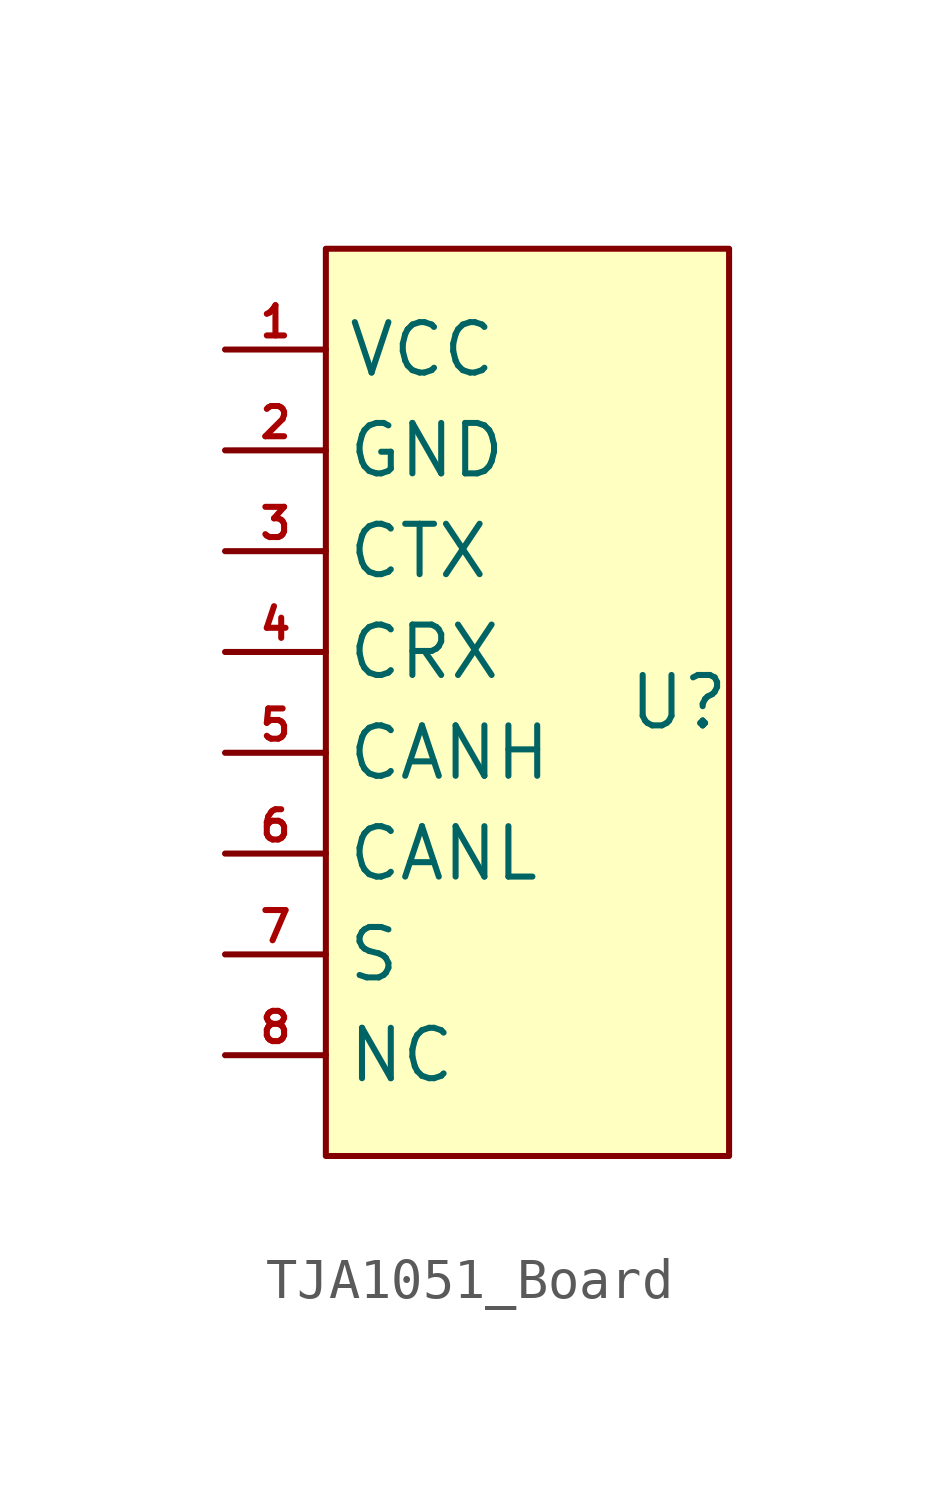
<source format=kicad_sym>
(kicad_symbol_lib
  (version 20241209)
  (generator "kicad_symbol_editor")
  (generator_version "9.0")
  (symbol "TJA1051_Board"
    (property "Reference" "U"
      (at 6.35 -6.35 0)
      (effects (font (size 1.27 1.27))))
    (property "Value" ""
      (at 0 0 0)
      (effects (font (size 1.27 1.27))))
    (symbol "TJA1051_Board_1_1"
      (rectangle (start -2.54 5.08) (end 7.62 -17.78) (stroke (width 0) (type solid)) (fill (type color) (color 255 255 194 1)))
      (pin bidirectional line (at -5.08 2.54 0) (length 2.54) (name "VCC" (effects (font (size 1.27 1.27)))) (number "1" (effects (font (size 0.762 0.762)))))
      (pin bidirectional line (at -5.08 0 0) (length 2.54) (name "GND" (effects (font (size 1.27 1.27)))) (number "2" (effects (font (size 0.762 0.762)))))
      (pin bidirectional line (at -5.08 -2.54 0) (length 2.54) (name "CTX" (effects (font (size 1.27 1.27)))) (number "3" (effects (font (size 0.762 0.762)))))
      (pin bidirectional line (at -5.08 -5.08 0) (length 2.54) (name "CRX" (effects (font (size 1.27 1.27)))) (number "4" (effects (font (size 0.762 0.762)))))
      (pin bidirectional line (at -5.08 -7.62 0) (length 2.54) (name "CANH" (effects (font (size 1.27 1.27)))) (number "5" (effects (font (size 0.762 0.762)))))
      (pin bidirectional line (at -5.08 -10.16 0) (length 2.54) (name "CANL" (effects (font (size 1.27 1.27)))) (number "6" (effects (font (size 0.762 0.762)))))
      (pin bidirectional line (at -5.08 -12.7 0) (length 2.54) (name "S" (effects (font (size 1.27 1.27)))) (number "7" (effects (font (size 0.762 0.762)))))
      (pin bidirectional line (at -5.08 -15.24 0) (length 2.54) (name "NC" (effects (font (size 1.27 1.27)))) (number "8" (effects (font (size 0.762 0.762))))))))
</source>
